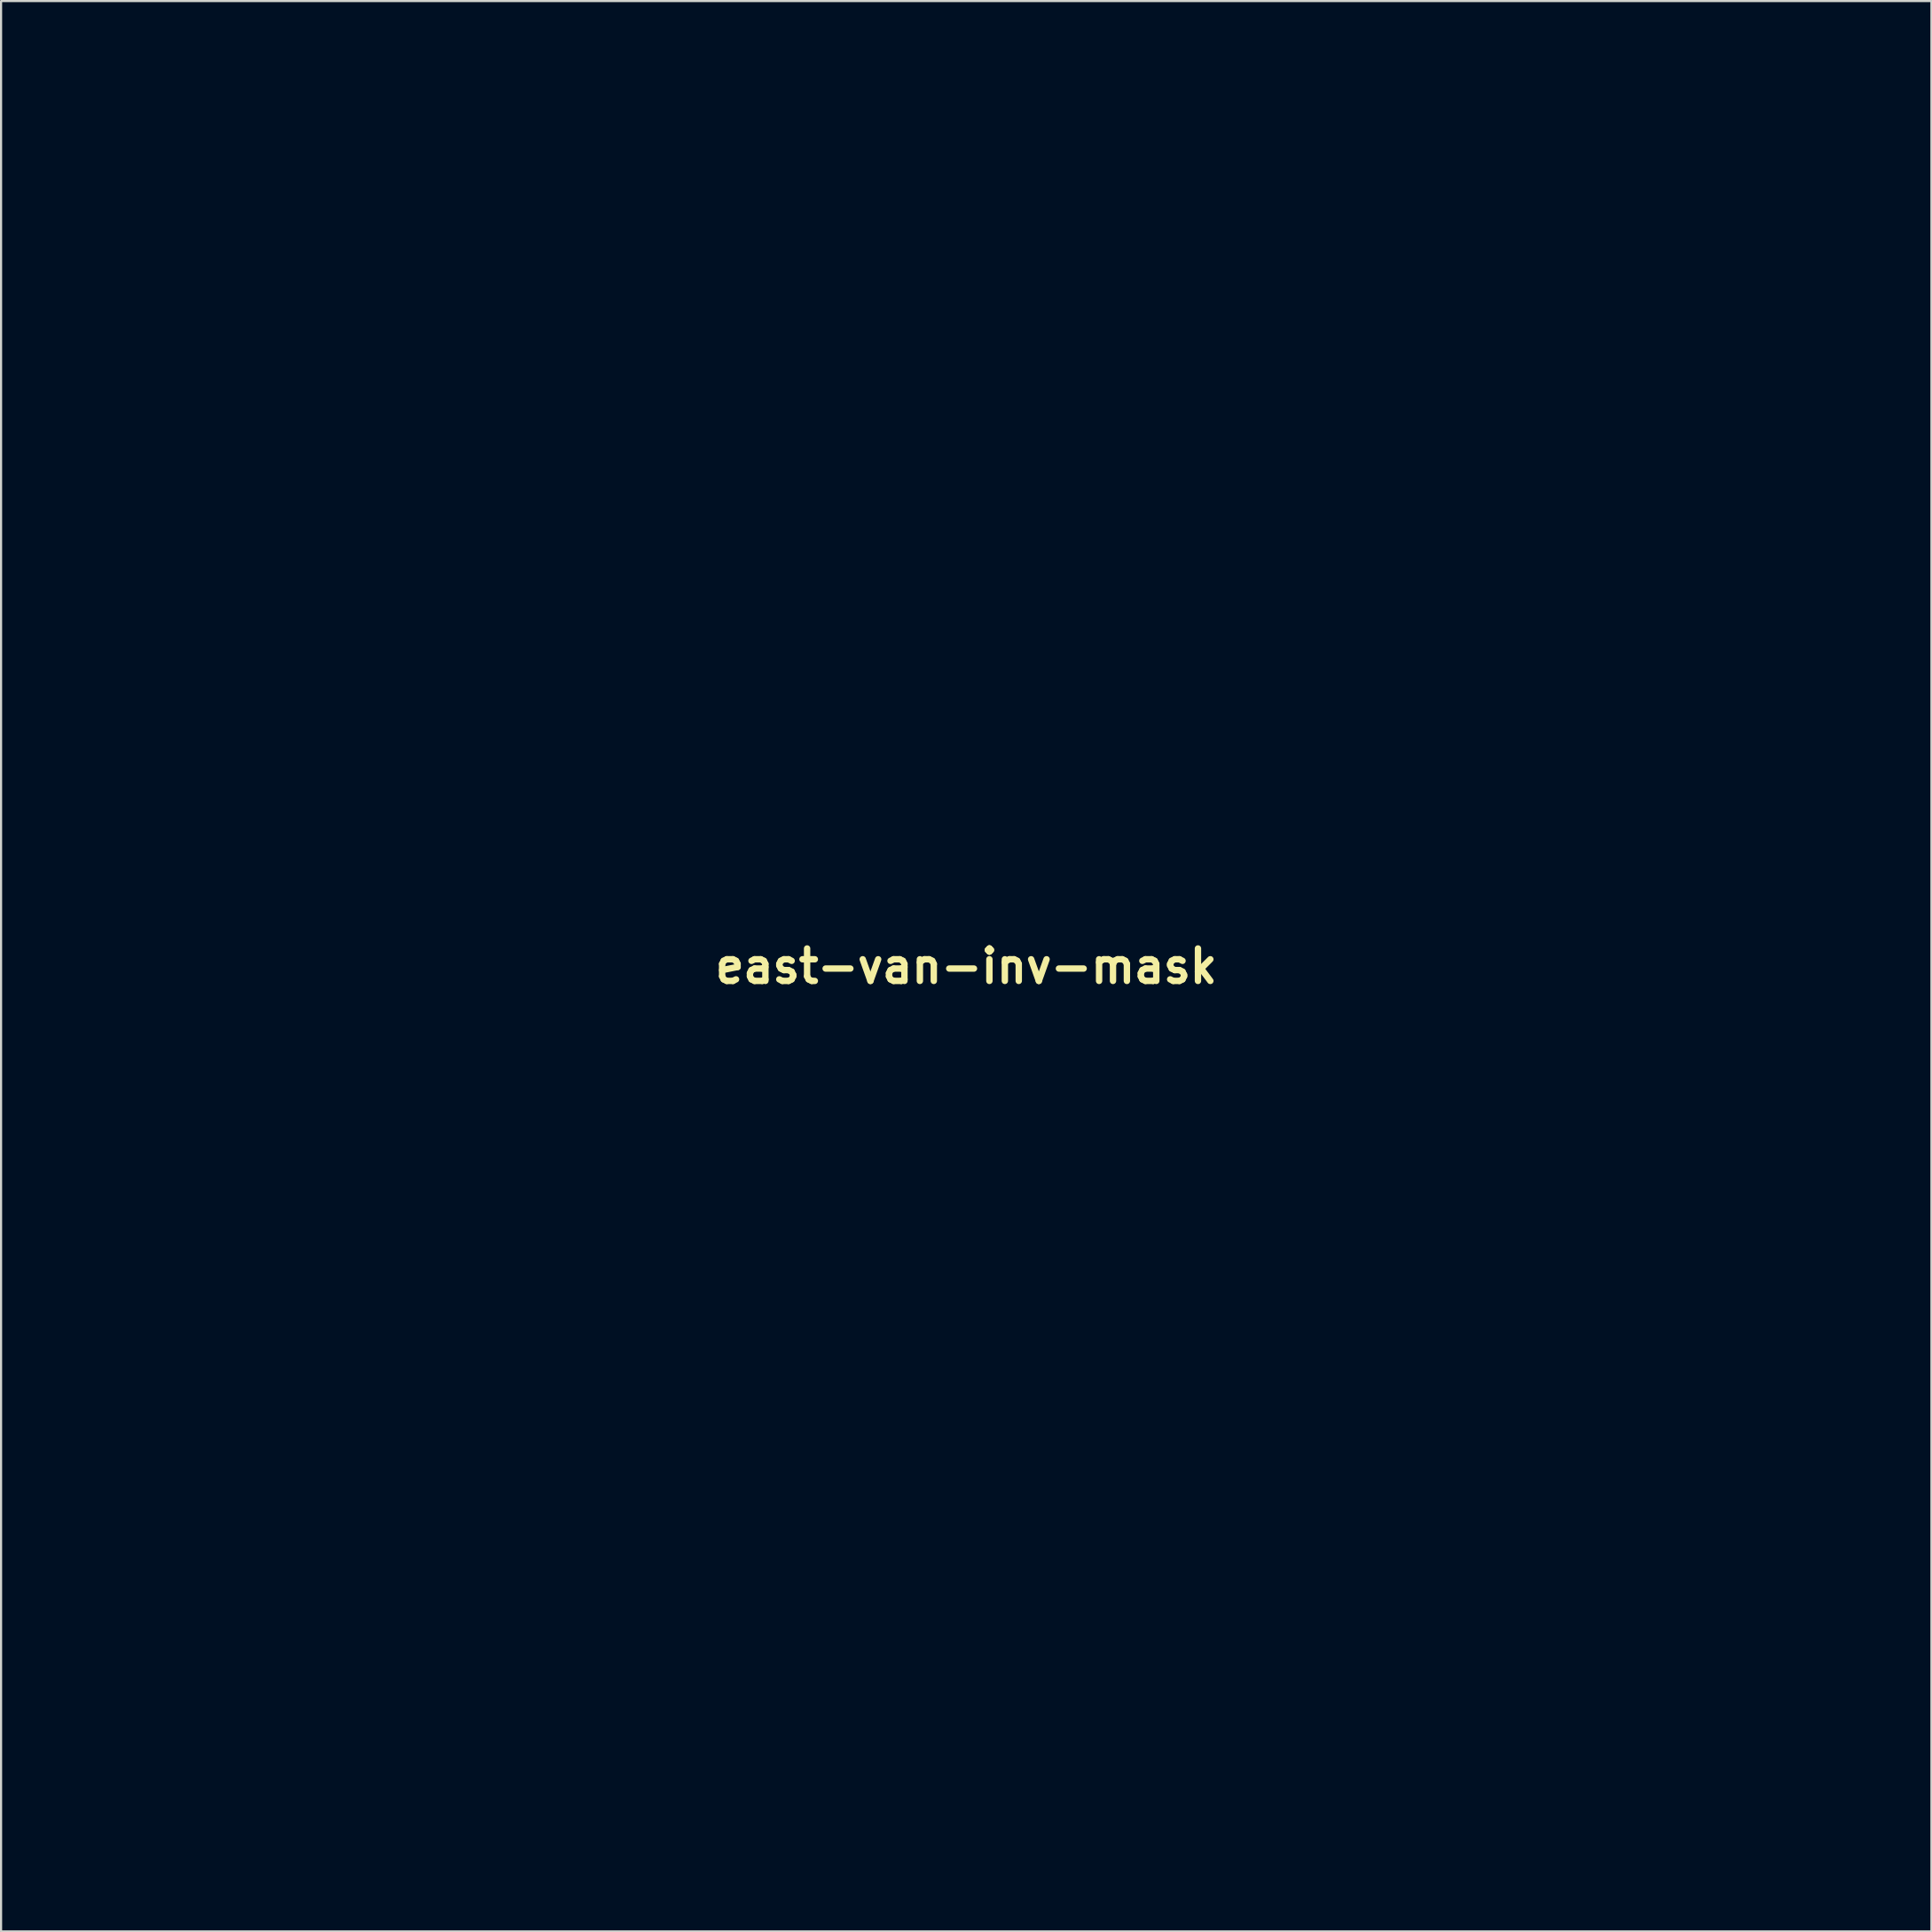
<source format=kicad_pcb>
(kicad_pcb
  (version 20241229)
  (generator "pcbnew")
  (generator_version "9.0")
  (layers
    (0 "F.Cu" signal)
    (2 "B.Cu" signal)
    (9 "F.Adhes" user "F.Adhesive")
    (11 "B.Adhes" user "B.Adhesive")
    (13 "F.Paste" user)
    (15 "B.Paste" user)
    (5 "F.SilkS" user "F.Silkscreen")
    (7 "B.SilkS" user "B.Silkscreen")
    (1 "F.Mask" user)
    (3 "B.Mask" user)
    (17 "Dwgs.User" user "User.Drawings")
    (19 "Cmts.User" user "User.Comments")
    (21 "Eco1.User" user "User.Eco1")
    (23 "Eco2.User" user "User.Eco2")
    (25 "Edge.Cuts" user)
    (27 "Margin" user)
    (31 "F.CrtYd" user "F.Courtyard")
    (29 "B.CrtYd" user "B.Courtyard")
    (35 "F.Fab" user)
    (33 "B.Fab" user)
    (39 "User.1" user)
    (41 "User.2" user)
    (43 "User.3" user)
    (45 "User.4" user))
  (footprint "east-van-inv-mask"
    (layer "F.Cu")
    (at 42.338 42.338)
    (property "Reference" "east-van-inv-mask" (at 0 0 0) (layer "F.SilkS") (effects (font (size 1.524 1.524) (thickness 0.3))))
    (attr through_hole)
    (fp_poly (pts (xy -0.849 -12.947) (xy -0.794 -12.806) (xy -0.706 -12.533) (xy -0.592 -12.152) (xy -0.457 -11.687) (xy -0.308 -11.161) (xy -0.152 -10.597) (xy 0.006 -10.019) (xy 0.158 -9.451) (xy 0.3 -8.915) (xy 0.423 -8.435) (xy 0.522 -8.035) (xy 0.591 -7.737) (xy 0.622 -7.566) (xy 0.622 -7.534) (xy 0.517 -7.505) (xy 0.275 -7.467) (xy -0.073 -7.422) (xy -0.497 -7.374) (xy -0.965 -7.327) (xy -1.446 -7.283) (xy -1.909 -7.245) (xy -2.323 -7.216) (xy -2.657 -7.199) (xy -2.798 -7.197) (xy -3.054 -7.204) (xy -3.178 -7.236) (xy -3.204 -7.306) (xy -3.196 -7.345) (xy -3.148 -7.482) (xy -3.047 -7.753) (xy -2.902 -8.134) (xy -2.722 -8.601) (xy -2.516 -9.131) (xy -2.293 -9.699) (xy -2.063 -10.283) (xy -1.836 -10.859) (xy -1.62 -11.402) (xy -1.425 -11.89) (xy -1.26 -12.299) (xy -1.135 -12.604) (xy -1.058 -12.783) (xy -1.045 -12.81) (xy -0.944 -12.97) (xy -0.875 -12.984) (xy -0.849 -12.947)) (stroke (width 0.01) (type solid)) (fill yes) (layer "F.Mask"))
    (fp_poly (pts (xy 42.333 42.333) (xy -42.333 42.333) (xy -42.333 0.245) (xy -24.704 0.245) (xy -24.686 0.824) (xy -24.629 1.316) (xy -24.525 1.76) (xy -24.368 2.196) (xy -24.152 2.662) (xy -23.704 3.38) (xy -23.143 3.972) (xy -22.469 4.438) (xy -21.682 4.778) (xy -21.336 4.878) (xy -21.197 4.91) (xy -21.039 4.936) (xy -20.85 4.956) (xy -20.616 4.971) (xy -20.326 4.98) (xy -19.966 4.984) (xy -19.524 4.982) (xy -18.987 4.975) (xy -18.342 4.961) (xy -17.577 4.942) (xy -16.68 4.918) (xy -15.636 4.887) (xy -14.594 4.855) (xy -13.999 4.837) (xy -13.549 4.827) (xy -13.217 4.825) (xy -12.98 4.834) (xy -12.812 4.855) (xy -12.688 4.889) (xy -12.583 4.939) (xy -12.492 4.993) (xy -12.241 5.193) (xy -12.009 5.449) (xy -11.965 5.511) (xy -11.877 5.652) (xy -11.818 5.781) (xy -11.786 5.934) (xy -11.774 6.148) (xy -11.781 6.457) (xy -11.8 6.899) (xy -11.801 6.919) (xy -11.815 7.243) (xy -11.834 7.7) (xy -11.857 8.272) (xy -11.882 8.945) (xy -11.911 9.699) (xy -11.942 10.521) (xy -11.974 11.392) (xy -12.007 12.295) (xy -12.04 13.216) (xy -12.073 14.136) (xy -12.105 15.039) (xy -12.136 15.909) (xy -12.164 16.729) (xy -12.19 17.483) (xy -12.213 18.153) (xy -12.231 18.724) (xy -12.246 19.178) (xy -12.255 19.499) (xy -12.258 19.671) (xy -12.258 19.685) (xy -12.261 19.806) (xy -12.271 20.076) (xy -12.286 20.476) (xy -12.306 20.985) (xy -12.331 21.584) (xy -12.358 22.253) (xy -12.389 22.973) (xy -12.391 23.029) (xy -12.468 24.855) (xy -12.538 26.52) (xy -12.601 28.031) (xy -12.657 29.396) (xy -12.706 30.624) (xy -12.748 31.722) (xy -12.785 32.698) (xy -12.815 33.56) (xy -12.84 34.316) (xy -12.859 34.974) (xy -12.872 35.542) (xy -12.881 36.027) (xy -12.885 36.437) (xy -12.884 36.781) (xy -12.879 37.065) (xy -12.87 37.299) (xy -12.857 37.49) (xy -12.84 37.645) (xy -12.829 37.719) (xy -12.608 38.63) (xy -12.26 39.435) (xy -11.788 40.129) (xy -11.196 40.706) (xy -10.488 41.162) (xy -9.737 41.471) (xy -9.421 41.568) (xy -9.142 41.648) (xy -8.975 41.689) (xy -8.804 41.703) (xy -8.48 41.709) (xy -8.018 41.71) (xy -7.433 41.703) (xy -6.742 41.691) (xy -5.959 41.673) (xy -5.101 41.65) (xy -4.182 41.622) (xy -3.219 41.589) (xy -2.228 41.551) (xy -1.693 41.53) (xy -0.4 41.477) (xy 0.735 41.43) (xy 1.725 41.389) (xy 2.582 41.351) (xy 3.317 41.316) (xy 3.941 41.283) (xy 4.468 41.249) (xy 4.908 41.215) (xy 5.274 41.179) (xy 5.577 41.139) (xy 5.83 41.094) (xy 6.044 41.044) (xy 6.23 40.986) (xy 6.402 40.92) (xy 6.57 40.844) (xy 6.746 40.758) (xy 6.943 40.659) (xy 7.012 40.625) (xy 7.779 40.165) (xy 8.418 39.6) (xy 8.944 38.916) (xy 9.255 38.354) (xy 9.543 37.704) (xy 9.741 37.117) (xy 9.866 36.526) (xy 9.935 35.863) (xy 9.947 35.631) (xy 9.956 35.365) (xy 9.966 34.944) (xy 9.975 34.367) (xy 9.985 33.632) (xy 9.995 32.74) (xy 10.006 31.689) (xy 10.017 30.478) (xy 10.028 29.107) (xy 10.04 27.573) (xy 10.052 25.876) (xy 10.065 24.015) (xy 10.078 21.989) (xy 10.091 19.798) (xy 10.105 17.439) (xy 10.119 14.912) (xy 10.124 14.012) (xy 10.133 12.477) (xy 10.143 11.061) (xy 10.154 9.77) (xy 10.166 8.609) (xy 10.179 7.583) (xy 10.192 6.697) (xy 10.206 5.957) (xy 10.221 5.367) (xy 10.236 4.933) (xy 10.251 4.66) (xy 10.261 4.572) (xy 10.464 3.894) (xy 10.795 3.327) (xy 11.252 2.871) (xy 11.725 2.58) (xy 11.901 2.504) (xy 12.109 2.439) (xy 12.362 2.383) (xy 12.677 2.334) (xy 13.07 2.291) (xy 13.556 2.252) (xy 14.152 2.217) (xy 14.872 2.183) (xy 15.733 2.149) (xy 16.552 2.12) (xy 17.525 2.087) (xy 18.344 2.058) (xy 19.025 2.032) (xy 19.582 2.01) (xy 20.032 1.989) (xy 20.39 1.968) (xy 20.67 1.947) (xy 20.889 1.925) (xy 21.063 1.901) (xy 21.205 1.873) (xy 21.332 1.842) (xy 21.421 1.816) (xy 22.154 1.514) (xy 22.812 1.071) (xy 23.382 0.504) (xy 23.849 -0.17) (xy 24.201 -0.934) (xy 24.424 -1.771) (xy 24.461 -2.014) (xy 24.474 -2.193) (xy 24.488 -2.527) (xy 24.503 -3.004) (xy 24.518 -3.609) (xy 24.533 -4.329) (xy 24.548 -5.149) (xy 24.564 -6.057) (xy 24.579 -7.038) (xy 24.593 -8.08) (xy 24.608 -9.167) (xy 24.621 -10.287) (xy 24.633 -11.426) (xy 24.645 -12.571) (xy 24.655 -13.706) (xy 24.663 -14.82) (xy 24.67 -15.898) (xy 24.676 -16.926) (xy 24.679 -17.891) (xy 24.68 -18.78) (xy 24.68 -18.796) (xy 24.679 -19.502) (xy 24.676 -20.06) (xy 24.67 -20.494) (xy 24.658 -20.825) (xy 24.641 -21.075) (xy 24.615 -21.268) (xy 24.579 -21.424) (xy 24.533 -21.567) (xy 24.483 -21.696) (xy 24.165 -22.275) (xy 23.71 -22.797) (xy 23.151 -23.23) (xy 22.831 -23.408) (xy 22.637 -23.503) (xy 22.461 -23.584) (xy 22.291 -23.653) (xy 22.114 -23.71) (xy 21.916 -23.754) (xy 21.685 -23.786) (xy 21.406 -23.807) (xy 21.067 -23.816) (xy 20.655 -23.815) (xy 20.157 -23.802) (xy 19.559 -23.779) (xy 18.847 -23.746) (xy 18.01 -23.703) (xy 17.034 -23.651) (xy 15.905 -23.589) (xy 15.579 -23.571) (xy 14.92 -23.536) (xy 14.304 -23.505) (xy 13.754 -23.48) (xy 13.294 -23.46) (xy 12.948 -23.448) (xy 12.739 -23.444) (xy 12.704 -23.445) (xy 12.203 -23.552) (xy 11.752 -23.807) (xy 11.376 -24.187) (xy 11.099 -24.674) (xy 11.044 -24.821) (xy 11.015 -24.918) (xy 10.989 -25.024) (xy 10.969 -25.154) (xy 10.953 -25.319) (xy 10.941 -25.532) (xy 10.933 -25.807) (xy 10.929 -26.157) (xy 10.93 -26.594) (xy 10.934 -27.132) (xy 10.942 -27.784) (xy 10.954 -28.561) (xy 10.969 -29.478) (xy 10.988 -30.548) (xy 10.994 -30.903) (xy 11.012 -31.881) (xy 11.03 -32.822) (xy 11.049 -33.711) (xy 11.066 -34.53) (xy 11.083 -35.265) (xy 11.099 -35.9) (xy 11.114 -36.418) (xy 11.126 -36.805) (xy 11.136 -37.044) (xy 11.139 -37.092) (xy 11.125 -37.826) (xy 10.978 -38.576) (xy 10.715 -39.298) (xy 10.351 -39.949) (xy 9.949 -40.439) (xy 9.342 -40.933) (xy 8.649 -41.287) (xy 7.865 -41.501) (xy 6.985 -41.577) (xy 6.943 -41.578) (xy 6.666 -41.569) (xy 6.257 -41.545) (xy 5.752 -41.508) (xy 5.186 -41.462) (xy 4.596 -41.41) (xy 4.017 -41.355) (xy 3.485 -41.3) (xy 3.036 -41.249) (xy 2.706 -41.204) (xy 2.625 -41.19) (xy 2.501 -41.174) (xy 2.226 -41.142) (xy 1.816 -41.096) (xy 1.288 -41.037) (xy 0.657 -40.967) (xy -0.059 -40.889) (xy -0.844 -40.804) (xy -1.681 -40.714) (xy -1.99 -40.681) (xy -2.852 -40.587) (xy -3.676 -40.495) (xy -4.444 -40.405) (xy -5.139 -40.322) (xy -5.742 -40.246) (xy -6.235 -40.18) (xy -6.601 -40.126) (xy -6.823 -40.087) (xy -6.858 -40.079) (xy -7.65 -39.774) (xy -8.401 -39.329) (xy -9.082 -38.768) (xy -9.662 -38.118) (xy -10.109 -37.404) (xy -10.143 -37.334) (xy -10.319 -36.944) (xy -10.481 -36.539) (xy -10.601 -36.191) (xy -10.624 -36.11) (xy -10.676 -35.862) (xy -10.724 -35.516) (xy -10.767 -35.065) (xy -10.806 -34.499) (xy -10.841 -33.809) (xy -10.873 -32.989) (xy -10.903 -32.028) (xy -10.93 -30.918) (xy -10.956 -29.651) (xy -10.966 -29.083) (xy -10.981 -28.258) (xy -10.997 -27.413) (xy -11.015 -26.581) (xy -11.033 -25.794) (xy -11.051 -25.083) (xy -11.068 -24.48) (xy -11.082 -24.04) (xy -11.103 -23.469) (xy -11.123 -23.039) (xy -11.146 -22.723) (xy -11.175 -22.493) (xy -11.214 -22.322) (xy -11.268 -22.181) (xy -11.341 -22.044) (xy -11.376 -21.983) (xy -11.692 -21.575) (xy -12.099 -21.238) (xy -12.543 -21.015) (xy -12.606 -20.996) (xy -12.781 -20.965) (xy -13.095 -20.932) (xy -13.518 -20.897) (xy -14.019 -20.863) (xy -14.569 -20.832) (xy -14.732 -20.825) (xy -15.511 -20.785) (xy -16.304 -20.737) (xy -17.084 -20.684) (xy -17.825 -20.626) (xy -18.503 -20.566) (xy -19.092 -20.507) (xy -19.566 -20.45) (xy -19.901 -20.398) (xy -19.936 -20.391) (xy -20.502 -20.221) (xy -21.118 -19.949) (xy -21.737 -19.603) (xy -22.314 -19.21) (xy -22.801 -18.799) (xy -23.049 -18.532) (xy -23.324 -18.148) (xy -23.609 -17.67) (xy -23.873 -17.16) (xy -24.08 -16.68) (xy -24.165 -16.433) (xy -24.197 -16.31) (xy -24.226 -16.168) (xy -24.252 -15.995) (xy -24.275 -15.778) (xy -24.296 -15.506) (xy -24.316 -15.166) (xy -24.335 -14.745) (xy -24.354 -14.232) (xy -24.373 -13.614) (xy -24.393 -12.879) (xy -24.414 -12.015) (xy -24.437 -11.009) (xy -24.462 -9.849) (xy -24.469 -9.525) (xy -24.498 -8.176) (xy -24.524 -6.983) (xy -24.547 -5.934) (xy -24.567 -5.014) (xy -24.585 -4.211) (xy -24.602 -3.512) (xy -24.617 -2.904) (xy -24.63 -2.373) (xy -24.643 -1.906) (xy -24.655 -1.491) (xy -24.667 -1.115) (xy -24.679 -0.763) (xy -24.689 -0.462) (xy -24.704 0.245) (xy -42.333 0.245) (xy -42.333 -42.333) (xy 42.333 -42.333) (xy 42.333 42.333)) (stroke (width 0.01) (type solid)) (fill yes) (layer "F.Mask"))
    (fp_poly (pts (xy 6.96 -38.69) (xy 7.222 -38.663) (xy 7.436 -38.617) (xy 7.619 -38.554) (xy 7.662 -38.535) (xy 7.978 -38.358) (xy 8.17 -38.152) (xy 8.283 -37.865) (xy 8.296 -37.808) (xy 8.309 -37.659) (xy 8.318 -37.361) (xy 8.321 -36.934) (xy 8.32 -36.399) (xy 8.315 -35.777) (xy 8.305 -35.088) (xy 8.29 -34.352) (xy 8.288 -34.229) (xy 8.268 -33.307) (xy 8.249 -32.269) (xy 8.232 -31.166) (xy 8.216 -30.052) (xy 8.203 -28.98) (xy 8.194 -28.001) (xy 8.191 -27.644) (xy 8.17 -24.342) (xy 8.404 -23.651) (xy 8.766 -22.809) (xy 9.236 -22.097) (xy 9.814 -21.515) (xy 10.5 -21.063) (xy 11.296 -20.74) (xy 11.596 -20.659) (xy 11.901 -20.616) (xy 12.37 -20.593) (xy 13 -20.59) (xy 13.788 -20.607) (xy 14.73 -20.643) (xy 15.823 -20.699) (xy 17.063 -20.774) (xy 17.23 -20.785) (xy 17.863 -20.823) (xy 18.521 -20.857) (xy 19.157 -20.884) (xy 19.722 -20.902) (xy 20.171 -20.91) (xy 20.202 -20.91) (xy 20.663 -20.909) (xy 20.989 -20.9) (xy 21.216 -20.877) (xy 21.378 -20.837) (xy 21.511 -20.775) (xy 21.599 -20.719) (xy 21.886 -20.525) (xy 21.886 -19.343) (xy 21.885 -18.957) (xy 21.882 -18.421) (xy 21.876 -17.754) (xy 21.869 -16.973) (xy 21.86 -16.097) (xy 21.849 -15.147) (xy 21.838 -14.139) (xy 21.826 -13.093) (xy 21.813 -12.028) (xy 21.799 -10.962) (xy 21.785 -9.914) (xy 21.772 -8.903) (xy 21.758 -7.947) (xy 21.745 -7.066) (xy 21.733 -6.278) (xy 21.722 -5.601) (xy 21.712 -5.08) (xy 21.693 -4.275) (xy 21.671 -3.619) (xy 21.644 -3.09) (xy 21.608 -2.668) (xy 21.561 -2.332) (xy 21.5 -2.062) (xy 21.424 -1.835) (xy 21.329 -1.633) (xy 21.285 -1.553) (xy 21.187 -1.389) (xy 21.084 -1.253) (xy 20.96 -1.142) (xy 20.799 -1.052) (xy 20.585 -0.98) (xy 20.299 -0.922) (xy 19.926 -0.874) (xy 19.449 -0.834) (xy 18.852 -0.798) (xy 18.117 -0.762) (xy 17.314 -0.726) (xy 16.555 -0.694) (xy 15.798 -0.662) (xy 15.075 -0.632) (xy 14.413 -0.605) (xy 13.842 -0.583) (xy 13.391 -0.566) (xy 13.166 -0.558) (xy 12.156 -0.474) (xy 11.268 -0.292) (xy 10.482 -0.004) (xy 9.776 0.397) (xy 9.163 0.889) (xy 8.571 1.537) (xy 8.08 2.28) (xy 7.709 3.08) (xy 7.476 3.901) (xy 7.42 4.282) (xy 7.408 4.463) (xy 7.396 4.769) (xy 7.384 5.204) (xy 7.371 5.771) (xy 7.359 6.474) (xy 7.346 7.317) (xy 7.333 8.303) (xy 7.319 9.435) (xy 7.305 10.718) (xy 7.291 12.154) (xy 7.276 13.748) (xy 7.261 15.502) (xy 7.245 17.421) (xy 7.238 18.246) (xy 7.23 19.252) (xy 7.22 20.241) (xy 7.211 21.193) (xy 7.201 22.091) (xy 7.191 22.916) (xy 7.181 23.65) (xy 7.172 24.274) (xy 7.163 24.771) (xy 7.155 25.121) (xy 7.153 25.188) (xy 7.145 25.52) (xy 7.137 26) (xy 7.13 26.607) (xy 7.123 27.319) (xy 7.116 28.114) (xy 7.111 28.973) (xy 7.106 29.872) (xy 7.103 30.791) (xy 7.102 31.115) (xy 7.098 32.1) (xy 7.091 33.01) (xy 7.082 33.831) (xy 7.07 34.55) (xy 7.057 35.155) (xy 7.042 35.631) (xy 7.025 35.965) (xy 7.007 36.145) (xy 7.005 36.153) (xy 6.787 36.848) (xy 6.468 37.411) (xy 6.041 37.851) (xy 5.5 38.176) (xy 5.481 38.184) (xy 5.423 38.211) (xy 5.37 38.234) (xy 5.312 38.256) (xy 5.24 38.275) (xy 5.142 38.293) (xy 5.008 38.31) (xy 4.829 38.328) (xy 4.595 38.346) (xy 4.294 38.365) (xy 3.917 38.386) (xy 3.454 38.409) (xy 2.894 38.435) (xy 2.228 38.464) (xy 1.444 38.498) (xy 0.534 38.536) (xy -0.514 38.58) (xy -1.709 38.629) (xy -3.061 38.685) (xy -3.26 38.693) (xy -4.291 38.736) (xy -5.167 38.772) (xy -5.902 38.8) (xy -6.511 38.822) (xy -7.008 38.837) (xy -7.408 38.845) (xy -7.724 38.846) (xy -7.971 38.841) (xy -8.163 38.829) (xy -8.315 38.81) (xy -8.441 38.784) (xy -8.555 38.752) (xy -8.671 38.713) (xy -8.689 38.706) (xy -9.119 38.533) (xy -9.432 38.337) (xy -9.68 38.081) (xy -9.8 37.912) (xy -10.033 37.559) (xy -10.023 35.903) (xy -10.016 35.333) (xy -10.002 34.643) (xy -9.982 33.881) (xy -9.958 33.097) (xy -9.931 32.339) (xy -9.915 31.962) (xy -9.897 31.509) (xy -9.873 30.906) (xy -9.844 30.17) (xy -9.811 29.321) (xy -9.776 28.377) (xy -9.737 27.357) (xy -9.697 26.278) (xy -9.656 25.16) (xy -9.614 24.02) (xy -9.595 23.495) (xy -5.614 23.495) (xy -3.944 23.508) (xy -3.43 23.514) (xy -2.976 23.523) (xy -2.609 23.533) (xy -2.355 23.545) (xy -2.24 23.557) (xy -2.237 23.559) (xy -2.23 23.65) (xy -2.23 23.887) (xy -2.236 24.249) (xy -2.247 24.712) (xy -2.264 25.255) (xy -2.285 25.831) (xy -2.347 27.469) (xy -2.403 28.982) (xy -2.453 30.365) (xy -2.498 31.615) (xy -2.536 32.728) (xy -2.569 33.698) (xy -2.595 34.521) (xy -2.614 35.193) (xy -2.627 35.711) (xy -2.633 36.068) (xy -2.632 36.262) (xy -2.631 36.28) (xy -2.546 36.314) (xy -2.301 36.332) (xy -1.909 36.333) (xy -1.503 36.322) (xy -0.381 36.28) (xy -0.325 35.348) (xy -0.312 35.097) (xy -0.294 34.694) (xy -0.272 34.157) (xy -0.246 33.505) (xy -0.216 32.754) (xy -0.185 31.923) (xy -0.151 31.029) (xy -0.117 30.091) (xy -0.083 29.126) (xy -0.081 29.083) (xy -0.047 28.144) (xy -0.012 27.251) (xy 0.022 26.42) (xy 0.054 25.666) (xy 0.085 25.003) (xy 0.114 24.447) (xy 0.139 24.012) (xy 0.16 23.714) (xy 0.176 23.568) (xy 0.179 23.558) (xy 0.21 23.49) (xy 0.261 23.44) (xy 0.356 23.405) (xy 0.52 23.383) (xy 0.777 23.371) (xy 1.153 23.365) (xy 1.672 23.362) (xy 1.712 23.362) (xy 2.321 23.357) (xy 2.78 23.35) (xy 3.109 23.338) (xy 3.328 23.321) (xy 3.457 23.297) (xy 3.513 23.269) (xy 3.525 23.179) (xy 3.544 22.95) (xy 3.566 22.613) (xy 3.589 22.197) (xy 3.6 21.979) (xy 3.662 20.718) (xy 0.963 20.78) (xy -0.338 20.811) (xy -1.504 20.841) (xy -2.531 20.869) (xy -3.415 20.896) (xy -4.152 20.921) (xy -4.736 20.944) (xy -5.164 20.965) (xy -5.432 20.984) (xy -5.534 21) (xy -5.535 21) (xy -5.551 21.095) (xy -5.566 21.329) (xy -5.581 21.669) (xy -5.592 22.085) (xy -5.595 22.268) (xy -5.614 23.495) (xy -9.595 23.495) (xy -9.572 22.879) (xy -9.565 22.691) (xy -9.523 21.515) (xy -9.479 20.313) (xy -9.435 19.106) (xy -9.391 17.915) (xy -9.349 16.764) (xy -9.308 15.672) (xy -9.271 14.664) (xy -9.237 13.759) (xy -9.209 13.007) (xy -5.91 13.007) (xy -5.883 13.37) (xy -5.814 13.853) (xy -5.702 14.444) (xy -5.659 14.647) (xy -5.385 15.606) (xy -5.006 16.431) (xy -4.524 17.122) (xy -3.942 17.678) (xy -3.26 18.098) (xy -2.48 18.38) (xy -1.604 18.523) (xy -0.634 18.526) (xy 0.017 18.457) (xy 0.736 18.303) (xy 1.353 18.055) (xy 1.915 17.686) (xy 2.374 17.274) (xy 2.752 16.872) (xy 3.033 16.504) (xy 3.261 16.111) (xy 3.324 15.982) (xy 3.544 15.502) (xy 3.705 15.095) (xy 3.815 14.718) (xy 3.884 14.326) (xy 3.92 13.876) (xy 3.934 13.323) (xy 3.934 12.996) (xy 3.932 12.474) (xy 3.922 12.083) (xy 3.901 11.784) (xy 3.865 11.538) (xy 3.808 11.307) (xy 3.726 11.053) (xy 3.695 10.964) (xy 3.493 10.436) (xy 3.285 10.019) (xy 3.041 9.655) (xy 2.8 9.37) (xy 2.502 9.071) (xy 2.17 8.805) (xy 1.777 8.559) (xy 1.299 8.32) (xy 0.712 8.073) (xy -0.009 7.805) (xy -0.207 7.735) (xy -0.978 7.453) (xy -1.597 7.192) (xy -2.078 6.941) (xy -2.435 6.69) (xy -2.682 6.426) (xy -2.833 6.14) (xy -2.904 5.819) (xy -2.912 5.596) (xy -2.834 5.061) (xy -2.617 4.623) (xy -2.268 4.284) (xy -1.791 4.05) (xy -1.19 3.925) (xy -1.041 3.912) (xy -0.366 3.924) (xy 0.204 4.05) (xy 0.658 4.287) (xy 0.666 4.294) (xy 0.917 4.564) (xy 1.143 4.95) (xy 1.317 5.4) (xy 1.399 5.757) (xy 1.449 6.007) (xy 1.506 6.186) (xy 1.527 6.224) (xy 1.631 6.25) (xy 1.865 6.263) (xy 2.189 6.263) (xy 2.564 6.254) (xy 2.95 6.236) (xy 3.308 6.211) (xy 3.6 6.181) (xy 3.785 6.147) (xy 3.819 6.133) (xy 3.861 6.02) (xy 3.871 5.78) (xy 3.854 5.45) (xy 3.812 5.069) (xy 3.749 4.674) (xy 3.673 4.324) (xy 3.393 3.512) (xy 2.994 2.799) (xy 2.489 2.197) (xy 1.888 1.72) (xy 1.216 1.388) (xy 0.928 1.287) (xy 0.682 1.218) (xy 0.432 1.175) (xy 0.134 1.153) (xy -0.258 1.144) (xy -0.593 1.143) (xy -1.096 1.147) (xy -1.475 1.164) (xy -1.775 1.198) (xy -2.041 1.254) (xy -2.318 1.338) (xy -2.321 1.339) (xy -3.072 1.677) (xy -3.728 2.153) (xy -4.279 2.757) (xy -4.684 3.42) (xy -4.96 4.052) (xy -5.136 4.662) (xy -5.227 5.315) (xy -5.248 5.939) (xy -5.205 6.783) (xy -5.071 7.519) (xy -4.832 8.189) (xy -4.475 8.837) (xy -4.23 9.191) (xy -3.964 9.505) (xy -3.645 9.791) (xy -3.251 10.06) (xy -2.763 10.324) (xy -2.16 10.595) (xy -1.423 10.884) (xy -0.967 11.049) (xy -0.248 11.317) (xy 0.322 11.561) (xy 0.76 11.796) (xy 1.081 12.038) (xy 1.302 12.301) (xy 1.438 12.6) (xy 1.507 12.949) (xy 1.524 13.319) (xy 1.448 13.935) (xy 1.233 14.477) (xy 0.897 14.932) (xy 0.459 15.289) (xy -0.063 15.533) (xy -0.65 15.654) (xy -1.283 15.638) (xy -1.749 15.537) (xy -2.304 15.291) (xy -2.759 14.912) (xy -3.115 14.396) (xy -3.375 13.744) (xy -3.503 13.185) (xy -3.561 12.87) (xy -3.613 12.627) (xy -3.65 12.497) (xy -3.655 12.488) (xy -3.749 12.483) (xy -3.977 12.498) (xy -4.304 12.529) (xy -4.697 12.575) (xy -4.701 12.575) (xy -5.104 12.624) (xy -5.453 12.664) (xy -5.707 12.691) (xy -5.829 12.7) (xy -5.892 12.779) (xy -5.91 13.007) (xy -9.209 13.007) (xy -9.208 12.981) (xy -9.184 12.361) (xy -9.138 11.141) (xy -9.098 10.078) (xy -9.064 9.16) (xy -9.037 8.375) (xy -9.015 7.711) (xy -9 7.155) (xy -8.99 6.695) (xy -8.986 6.32) (xy -8.988 6.018) (xy -8.994 5.775) (xy -9.006 5.58) (xy -9.023 5.422) (xy -9.045 5.287) (xy -9.072 5.163) (xy -9.092 5.08) (xy -9.375 4.279) (xy -9.785 3.574) (xy -10.311 2.979) (xy -10.941 2.508) (xy -11.134 2.402) (xy -11.365 2.287) (xy -11.59 2.191) (xy -11.825 2.112) (xy -12.085 2.049) (xy -12.384 2.001) (xy -12.739 1.968) (xy -13.165 1.949) (xy -13.677 1.942) (xy -14.291 1.947) (xy -15.021 1.963) (xy -15.883 1.988) (xy -16.893 2.023) (xy -17.359 2.04) (xy -18.134 2.068) (xy -18.76 2.089) (xy -19.257 2.102) (xy -19.644 2.107) (xy -19.942 2.104) (xy -20.169 2.093) (xy -20.347 2.074) (xy -20.495 2.045) (xy -20.633 2.007) (xy -20.67 1.996) (xy -21.179 1.769) (xy -21.546 1.452) (xy -21.777 1.036) (xy -21.876 0.515) (xy -21.881 0.381) (xy -21.881 0.127) (xy -21.877 -0.262) (xy -21.871 -0.762) (xy -21.862 -1.354) (xy -21.851 -2.014) (xy -21.838 -2.721) (xy -21.823 -3.454) (xy -21.808 -4.191) (xy -21.793 -4.909) (xy -21.777 -5.588) (xy -21.762 -6.205) (xy -21.749 -6.739) (xy -21.736 -7.167) (xy -21.725 -7.47) (xy -21.717 -7.62) (xy -21.708 -7.79) (xy -21.697 -8.108) (xy -21.685 -8.552) (xy -21.671 -9.102) (xy -21.658 -9.735) (xy -21.645 -10.431) (xy -21.632 -11.167) (xy -21.631 -11.218) (xy -21.614 -12.206) (xy -21.595 -13.041) (xy -21.574 -13.738) (xy -21.549 -14.313) (xy -21.518 -14.783) (xy -21.49 -15.077) (xy -19.648 -15.077) (xy -19.603 -14.849) (xy -19.521 -14.531) (xy -19.43 -14.224) (xy -19.29 -13.773) (xy -19.113 -13.19) (xy -18.906 -12.504) (xy -18.679 -11.747) (xy -18.442 -10.948) (xy -18.202 -10.137) (xy -17.969 -9.345) (xy -17.753 -8.602) (xy -17.652 -8.255) (xy -17.485 -7.682) (xy -17.289 -7.015) (xy -17.082 -6.323) (xy -16.886 -5.673) (xy -16.809 -5.419) (xy -16.65 -4.898) (xy -16.473 -4.317) (xy -16.285 -3.698) (xy -16.093 -3.064) (xy -15.903 -2.437) (xy -15.722 -1.84) (xy -15.557 -1.294) (xy -15.414 -0.823) (xy -15.302 -0.449) (xy -15.225 -0.194) (xy -15.193 -0.084) (xy -15.165 -0.04) (xy -15.094 -0.012) (xy -14.96 0.001) (xy -14.737 -0.002) (xy -14.405 -0.021) (xy -13.94 -0.056) (xy -13.593 -0.084) (xy -13.094 -0.129) (xy -12.651 -0.177) (xy -12.294 -0.223) (xy -12.051 -0.265) (xy -11.949 -0.297) (xy -11.891 -0.403) (xy -11.805 -0.595) (xy -8.667 -0.595) (xy -8.665 -0.569) (xy -8.657 -0.557) (xy -8.614 -0.542) (xy -8.514 -0.537) (xy -8.336 -0.543) (xy -8.062 -0.562) (xy -7.671 -0.595) (xy -7.145 -0.644) (xy -6.689 -0.687) (xy -6.317 -0.728) (xy -6.011 -0.77) (xy -5.807 -0.808) (xy -5.745 -0.831) (xy -5.699 -0.924) (xy -5.603 -1.151) (xy -5.465 -1.489) (xy -5.297 -1.913) (xy -5.107 -2.399) (xy -5.036 -2.582) (xy -4.839 -3.087) (xy -4.66 -3.538) (xy -4.507 -3.913) (xy -4.391 -4.187) (xy -4.323 -4.335) (xy -4.311 -4.352) (xy -4.209 -4.381) (xy -3.963 -4.42) (xy -3.597 -4.465) (xy -3.136 -4.515) (xy -2.602 -4.568) (xy -2.021 -4.623) (xy -1.416 -4.676) (xy -0.811 -4.726) (xy -0.231 -4.771) (xy 0.3 -4.808) (xy 0.758 -4.836) (xy 1.12 -4.853) (xy 1.36 -4.856) (xy 1.455 -4.844) (xy 1.502 -4.743) (xy 1.588 -4.505) (xy 1.704 -4.157) (xy 1.841 -3.727) (xy 1.991 -3.24) (xy 2 -3.209) (xy 2.15 -2.72) (xy 2.287 -2.286) (xy 2.404 -1.933) (xy 2.491 -1.689) (xy 2.539 -1.578) (xy 2.541 -1.576) (xy 2.641 -1.562) (xy 2.876 -1.564) (xy 3.21 -1.578) (xy 3.61 -1.603) (xy 4.042 -1.635) (xy 4.471 -1.671) (xy 4.864 -1.71) (xy 5.185 -1.748) (xy 5.401 -1.783) (xy 5.476 -1.807) (xy 5.461 -1.894) (xy 5.408 -2.097) (xy 7.545 -2.097) (xy 7.621 -2.046) (xy 7.81 -2.028) (xy 8.129 -2.039) (xy 8.596 -2.079) (xy 8.652 -2.085) (xy 9.076 -2.126) (xy 9.457 -2.161) (xy 9.753 -2.185) (xy 9.921 -2.196) (xy 10.055 -2.213) (xy 10.13 -2.286) (xy 10.172 -2.456) (xy 10.194 -2.646) (xy 10.205 -2.819) (xy 10.219 -3.142) (xy 10.235 -3.598) (xy 10.253 -4.167) (xy 10.271 -4.831) (xy 10.29 -5.572) (xy 10.309 -6.37) (xy 10.328 -7.208) (xy 10.329 -7.239) (xy 10.352 -8.319) (xy 10.374 -9.242) (xy 10.394 -10.018) (xy 10.414 -10.658) (xy 10.434 -11.174) (xy 10.454 -11.578) (xy 10.476 -11.88) (xy 10.499 -12.092) (xy 10.525 -12.226) (xy 10.554 -12.291) (xy 10.587 -12.301) (xy 10.607 -12.286) (xy 10.667 -12.214) (xy 10.754 -12.082) (xy 10.881 -11.871) (xy 11.056 -11.566) (xy 11.291 -11.148) (xy 11.596 -10.598) (xy 11.604 -10.583) (xy 11.776 -10.274) (xy 11.967 -9.932) (xy 12.187 -9.543) (xy 12.441 -9.094) (xy 12.739 -8.571) (xy 13.088 -7.961) (xy 13.495 -7.25) (xy 13.969 -6.424) (xy 14.517 -5.47) (xy 14.725 -5.107) (xy 16.096 -2.722) (xy 16.367 -2.756) (xy 16.555 -2.777) (xy 16.869 -2.808) (xy 17.264 -2.845) (xy 17.693 -2.884) (xy 18.099 -2.922) (xy 18.442 -2.958) (xy 18.687 -2.988) (xy 18.8 -3.009) (xy 18.803 -3.01) (xy 18.82 -3.1) (xy 18.84 -3.336) (xy 18.862 -3.693) (xy 18.883 -4.147) (xy 18.903 -4.674) (xy 18.914 -5.014) (xy 18.97 -6.938) (xy 19.021 -8.697) (xy 19.066 -10.296) (xy 19.106 -11.74) (xy 19.141 -13.032) (xy 19.17 -14.178) (xy 19.195 -15.182) (xy 19.214 -16.049) (xy 19.229 -16.783) (xy 19.239 -17.389) (xy 19.244 -17.871) (xy 19.245 -18.234) (xy 19.242 -18.482) (xy 19.234 -18.62) (xy 19.226 -18.654) (xy 19.123 -18.67) (xy 18.89 -18.671) (xy 18.565 -18.66) (xy 18.185 -18.639) (xy 17.788 -18.61) (xy 17.413 -18.576) (xy 17.097 -18.54) (xy 16.879 -18.504) (xy 16.837 -18.493) (xy 16.789 -18.461) (xy 16.752 -18.381) (xy 16.722 -18.232) (xy 16.699 -17.993) (xy 16.678 -17.644) (xy 16.659 -17.162) (xy 16.644 -16.698) (xy 16.625 -16.077) (xy 16.605 -15.426) (xy 16.584 -14.798) (xy 16.566 -14.242) (xy 16.552 -13.843) (xy 16.539 -13.443) (xy 16.524 -12.913) (xy 16.506 -12.292) (xy 16.488 -11.618) (xy 16.471 -10.931) (xy 16.46 -10.499) (xy 16.444 -9.895) (xy 16.424 -9.344) (xy 16.404 -8.869) (xy 16.382 -8.494) (xy 16.361 -8.242) (xy 16.344 -8.139) (xy 16.277 -8.155) (xy 16.142 -8.321) (xy 15.938 -8.64) (xy 15.686 -9.07) (xy 15.396 -9.583) (xy 15.056 -10.186) (xy 14.676 -10.861) (xy 14.268 -11.586) (xy 13.842 -12.344) (xy 13.41 -13.114) (xy 12.982 -13.877) (xy 12.569 -14.613) (xy 12.183 -15.303) (xy 11.834 -15.928) (xy 11.533 -16.467) (xy 11.292 -16.902) (xy 11.12 -17.213) (xy 11.096 -17.257) (xy 10.71 -17.962) (xy 10.033 -17.909) (xy 9.395 -17.852) (xy 8.86 -17.79) (xy 8.445 -17.726) (xy 8.165 -17.662) (xy 8.038 -17.601) (xy 8.036 -17.598) (xy 8.018 -17.492) (xy 7.999 -17.239) (xy 7.979 -16.862) (xy 7.96 -16.384) (xy 7.941 -15.828) (xy 7.925 -15.216) (xy 7.924 -15.165) (xy 7.908 -14.476) (xy 7.888 -13.661) (xy 7.866 -12.768) (xy 7.842 -11.84) (xy 7.818 -10.922) (xy 7.796 -10.06) (xy 7.789 -9.821) (xy 7.767 -8.988) (xy 7.744 -8.09) (xy 7.72 -7.17) (xy 7.697 -6.273) (xy 7.677 -5.443) (xy 7.659 -4.724) (xy 7.654 -4.53) (xy 7.639 -3.923) (xy 7.622 -3.373) (xy 7.605 -2.901) (xy 7.589 -2.529) (xy 7.575 -2.282) (xy 7.563 -2.181) (xy 7.563 -2.18) (xy 7.545 -2.097) (xy 5.408 -2.097) (xy 5.4 -2.126) (xy 5.299 -2.484) (xy 5.161 -2.95) (xy 4.994 -3.508) (xy 4.801 -4.139) (xy 4.588 -4.826) (xy 4.531 -5.011) (xy 4.263 -5.867) (xy 3.97 -6.809) (xy 3.664 -7.791) (xy 3.361 -8.769) (xy 3.073 -9.698) (xy 2.815 -10.535) (xy 2.696 -10.922) (xy 2.375 -11.964) (xy 2.075 -12.935) (xy 1.798 -13.827) (xy 1.548 -14.627) (xy 1.328 -15.325) (xy 1.142 -15.911) (xy 0.992 -16.373) (xy 0.884 -16.702) (xy 0.819 -16.885) (xy 0.803 -16.921) (xy 0.71 -16.927) (xy 0.482 -16.919) (xy 0.155 -16.9) (xy -0.239 -16.871) (xy -0.664 -16.837) (xy -1.087 -16.8) (xy -1.473 -16.762) (xy -1.789 -16.727) (xy -1.999 -16.698) (xy -2.061 -16.684) (xy -2.102 -16.661) (xy -2.148 -16.612) (xy -2.205 -16.528) (xy -2.277 -16.396) (xy -2.369 -16.206) (xy -2.486 -15.947) (xy -2.633 -15.608) (xy -2.814 -15.177) (xy -3.034 -14.643) (xy -3.298 -13.996) (xy -3.611 -13.225) (xy -3.977 -12.318) (xy -4.386 -11.303) (xy -4.714 -10.489) (xy -5.087 -9.563) (xy -5.487 -8.571) (xy -5.896 -7.558) (xy -6.296 -6.569) (xy -6.668 -5.649) (xy -6.864 -5.165) (xy -7.252 -4.205) (xy -7.582 -3.39) (xy -7.857 -2.708) (xy -8.083 -2.147) (xy -8.263 -1.695) (xy -8.404 -1.339) (xy -8.509 -1.069) (xy -8.583 -0.871) (xy -8.631 -0.734) (xy -8.658 -0.646) (xy -8.667 -0.595) (xy -11.805 -0.595) (xy -11.787 -0.636) (xy -11.649 -0.967) (xy -11.492 -1.364) (xy -11.43 -1.524) (xy -11.233 -2.035) (xy -11.001 -2.637) (xy -10.76 -3.263) (xy -10.535 -3.846) (xy -10.483 -3.979) (xy -10.326 -4.388) (xy -10.121 -4.923) (xy -9.88 -5.554) (xy -9.615 -6.249) (xy -9.338 -6.976) (xy -9.061 -7.705) (xy -8.933 -8.043) (xy -8.648 -8.796) (xy -8.346 -9.591) (xy -8.042 -10.393) (xy -7.749 -11.162) (xy -7.483 -11.861) (xy -7.258 -12.452) (xy -7.196 -12.615) (xy -6.835 -13.563) (xy -6.528 -14.376) (xy -6.276 -15.049) (xy -6.08 -15.58) (xy -5.942 -15.963) (xy -5.863 -16.196) (xy -5.843 -16.271) (xy -5.922 -16.29) (xy -6.136 -16.295) (xy -6.454 -16.29) (xy -6.843 -16.275) (xy -7.271 -16.253) (xy -7.704 -16.225) (xy -8.111 -16.193) (xy -8.458 -16.158) (xy -8.713 -16.123) (xy -8.733 -16.119) (xy -8.777 -16.112) (xy -8.818 -16.101) (xy -8.859 -16.077) (xy -8.903 -16.028) (xy -8.956 -15.946) (xy -9.02 -15.82) (xy -9.1 -15.639) (xy -9.2 -15.393) (xy -9.323 -15.073) (xy -9.474 -14.669) (xy -9.657 -14.169) (xy -9.876 -13.564) (xy -10.134 -12.843) (xy -10.436 -11.997) (xy -10.786 -11.015) (xy -11.187 -9.887) (xy -11.331 -9.483) (xy -11.7 -8.447) (xy -12.017 -7.559) (xy -12.285 -6.809) (xy -12.51 -6.183) (xy -12.695 -5.672) (xy -12.845 -5.263) (xy -12.965 -4.946) (xy -13.058 -4.708) (xy -13.128 -4.539) (xy -13.181 -4.427) (xy -13.22 -4.36) (xy -13.25 -4.328) (xy -13.275 -4.318) (xy -13.279 -4.318) (xy -13.327 -4.398) (xy -13.415 -4.633) (xy -13.541 -5.012) (xy -13.701 -5.527) (xy -13.893 -6.168) (xy -14.114 -6.926) (xy -14.348 -7.747) (xy -14.418 -7.995) (xy -14.529 -8.383) (xy -14.675 -8.89) (xy -14.848 -9.494) (xy -15.043 -10.173) (xy -15.254 -10.905) (xy -15.474 -11.669) (xy -15.564 -11.98) (xy -16.566 -15.452) (xy -17.279 -15.427) (xy -17.765 -15.404) (xy -18.254 -15.371) (xy -18.714 -15.33) (xy -19.114 -15.286) (xy -19.423 -15.242) (xy -19.609 -15.2) (xy -19.646 -15.181) (xy -19.648 -15.077) (xy -21.49 -15.077) (xy -21.481 -15.163) (xy -21.436 -15.47) (xy -21.382 -15.719) (xy -21.317 -15.927) (xy -21.24 -16.109) (xy -21.216 -16.157) (xy -20.937 -16.575) (xy -20.553 -16.969) (xy -20.12 -17.288) (xy -19.762 -17.463) (xy -19.467 -17.54) (xy -19.015 -17.615) (xy -18.42 -17.689) (xy -17.696 -17.759) (xy -16.856 -17.825) (xy -15.913 -17.884) (xy -14.881 -17.937) (xy -14.584 -17.95) (xy -13.799 -17.989) (xy -13.126 -18.035) (xy -12.581 -18.085) (xy -12.181 -18.139) (xy -12.025 -18.171) (xy -11.162 -18.463) (xy -10.381 -18.89) (xy -9.699 -19.439) (xy -9.536 -19.628) (xy -4.441 -19.628) (xy -4.417 -19.443) (xy -4.362 -19.389) (xy -4.248 -19.398) (xy -3.995 -19.423) (xy -3.633 -19.461) (xy -3.191 -19.509) (xy -2.786 -19.554) (xy -2.222 -19.617) (xy -1.546 -19.693) (xy -0.817 -19.776) (xy -0.092 -19.858) (xy 0.55 -19.931) (xy 1.164 -20.001) (xy 1.786 -20.072) (xy 2.373 -20.139) (xy 2.884 -20.197) (xy 3.276 -20.241) (xy 3.325 -20.247) (xy 3.704 -20.297) (xy 4.021 -20.353) (xy 4.237 -20.406) (xy 4.311 -20.441) (xy 4.341 -20.555) (xy 4.375 -20.804) (xy 4.407 -21.157) (xy 4.437 -21.579) (xy 4.445 -21.738) (xy 4.467 -22.216) (xy 4.477 -22.55) (xy 4.472 -22.765) (xy 4.451 -22.885) (xy 4.413 -22.937) (xy 4.375 -22.945) (xy 4.261 -22.937) (xy 4.017 -22.912) (xy 3.637 -22.871) (xy 3.114 -22.812) (xy 2.442 -22.735) (xy 1.617 -22.639) (xy 0.631 -22.523) (xy 0.254 -22.479) (xy -0.231 -22.423) (xy -0.715 -22.369) (xy -1.143 -22.324) (xy -1.46 -22.293) (xy -1.469 -22.293) (xy -2.049 -22.241) (xy -1.996 -23.842) (xy -1.976 -24.388) (xy -1.954 -24.914) (xy -1.932 -25.382) (xy -1.912 -25.753) (xy -1.897 -25.966) (xy -1.865 -26.256) (xy -1.822 -26.419) (xy -1.746 -26.498) (xy -1.624 -26.536) (xy -1.484 -26.556) (xy -1.198 -26.591) (xy -0.791 -26.639) (xy -0.286 -26.696) (xy 0.295 -26.76) (xy 0.927 -26.828) (xy 1.096 -26.846) (xy 1.735 -26.915) (xy 2.326 -26.982) (xy 2.846 -27.045) (xy 3.272 -27.099) (xy 3.582 -27.143) (xy 3.752 -27.174) (xy 3.771 -27.179) (xy 3.856 -27.227) (xy 3.914 -27.316) (xy 3.954 -27.48) (xy 3.984 -27.751) (xy 4.008 -28.081) (xy 4.033 -28.496) (xy 4.052 -28.898) (xy 4.062 -29.224) (xy 4.064 -29.328) (xy 4.064 -29.741) (xy 3.408 -29.682) (xy 3.135 -29.655) (xy 2.727 -29.611) (xy 2.217 -29.554) (xy 1.64 -29.488) (xy 1.027 -29.416) (xy 0.677 -29.375) (xy 0.093 -29.306) (xy -0.444 -29.245) (xy -0.909 -29.193) (xy -1.275 -29.154) (xy -1.517 -29.132) (xy -1.599 -29.126) (xy -1.801 -29.125) (xy -1.739 -30.754) (xy -1.717 -31.269) (xy -1.69 -31.731) (xy -1.662 -32.111) (xy -1.634 -32.381) (xy -1.609 -32.512) (xy -1.607 -32.514) (xy -1.555 -32.555) (xy -1.433 -32.596) (xy -1.226 -32.641) (xy -0.919 -32.692) (xy -0.498 -32.75) (xy 0.052 -32.819) (xy 0.746 -32.899) (xy 1.327 -32.965) (xy 2.014 -33.042) (xy 2.656 -33.115) (xy 3.23 -33.182) (xy 3.715 -33.239) (xy 4.09 -33.285) (xy 4.334 -33.317) (xy 4.415 -33.33) (xy 4.64 -33.375) (xy 4.701 -34.598) (xy 4.719 -35.037) (xy 4.727 -35.414) (xy 4.726 -35.697) (xy 4.714 -35.856) (xy 4.707 -35.877) (xy 4.664 -35.885) (xy 4.555 -35.884) (xy 4.371 -35.873) (xy 4.101 -35.851) (xy 3.737 -35.817) (xy 3.269 -35.769) (xy 2.688 -35.707) (xy 1.984 -35.63) (xy 1.148 -35.537) (xy 0.171 -35.427) (xy -0.957 -35.299) (xy -2.024 -35.177) (xy -2.558 -35.115) (xy -3.031 -35.058) (xy -3.421 -35.009) (xy -3.701 -34.971) (xy -3.846 -34.948) (xy -3.862 -34.944) (xy -3.875 -34.85) (xy -3.894 -34.598) (xy -3.916 -34.2) (xy -3.943 -33.667) (xy -3.972 -33.011) (xy -4.005 -32.243) (xy -4.039 -31.375) (xy -4.076 -30.418) (xy -4.114 -29.384) (xy -4.154 -28.284) (xy -4.193 -27.13) (xy -4.233 -25.932) (xy -4.273 -24.704) (xy -4.312 -23.456) (xy -4.317 -23.283) (xy -4.339 -22.587) (xy -4.36 -21.919) (xy -4.381 -21.306) (xy -4.4 -20.772) (xy -4.416 -20.344) (xy -4.428 -20.047) (xy -4.433 -19.96) (xy -4.441 -19.628) (xy -9.536 -19.628) (xy -9.132 -20.097) (xy -8.722 -20.796) (xy -8.633 -20.986) (xy -8.555 -21.163) (xy -8.488 -21.338) (xy -8.43 -21.526) (xy -8.379 -21.738) (xy -8.336 -21.987) (xy -8.3 -22.286) (xy -8.268 -22.647) (xy -8.24 -23.084) (xy -8.215 -23.608) (xy -8.192 -24.233) (xy -8.17 -24.972) (xy -8.148 -25.836) (xy -8.125 -26.838) (xy -8.099 -27.992) (xy -8.088 -28.533) (xy -8.06 -29.792) (xy -8.035 -30.895) (xy -8.011 -31.853) (xy -7.987 -32.677) (xy -7.961 -33.381) (xy -7.932 -33.975) (xy -7.899 -34.473) (xy -7.86 -34.887) (xy -7.813 -35.228) (xy -7.759 -35.508) (xy -7.694 -35.74) (xy -7.619 -35.936) (xy -7.531 -36.107) (xy -7.429 -36.267) (xy -7.311 -36.426) (xy -7.177 -36.598) (xy -7.177 -36.598) (xy -7.054 -36.752) (xy -6.937 -36.882) (xy -6.811 -36.993) (xy -6.66 -37.088) (xy -6.469 -37.17) (xy -6.222 -37.245) (xy -5.904 -37.314) (xy -5.5 -37.382) (xy -4.995 -37.453) (xy -4.372 -37.531) (xy -3.617 -37.618) (xy -2.715 -37.719) (xy -2.371 -37.757) (xy -1.535 -37.85) (xy -0.714 -37.942) (xy 0.07 -38.03) (xy 0.794 -38.112) (xy 1.433 -38.184) (xy 1.965 -38.245) (xy 2.367 -38.292) (xy 2.54 -38.312) (xy 3.554 -38.432) (xy 4.415 -38.528) (xy 5.139 -38.603) (xy 5.74 -38.655) (xy 6.234 -38.687) (xy 6.635 -38.699) (xy 6.96 -38.69)) (stroke (width 0.01) (type solid)) (fill yes) (layer "F.Mask")))
  (gr_rect
    (start -3 -3)
    (end 87.677 87.677)
    (stroke (width 0.1) (type default))
    (fill no)
    (layer "Edge.Cuts")))
</source>
